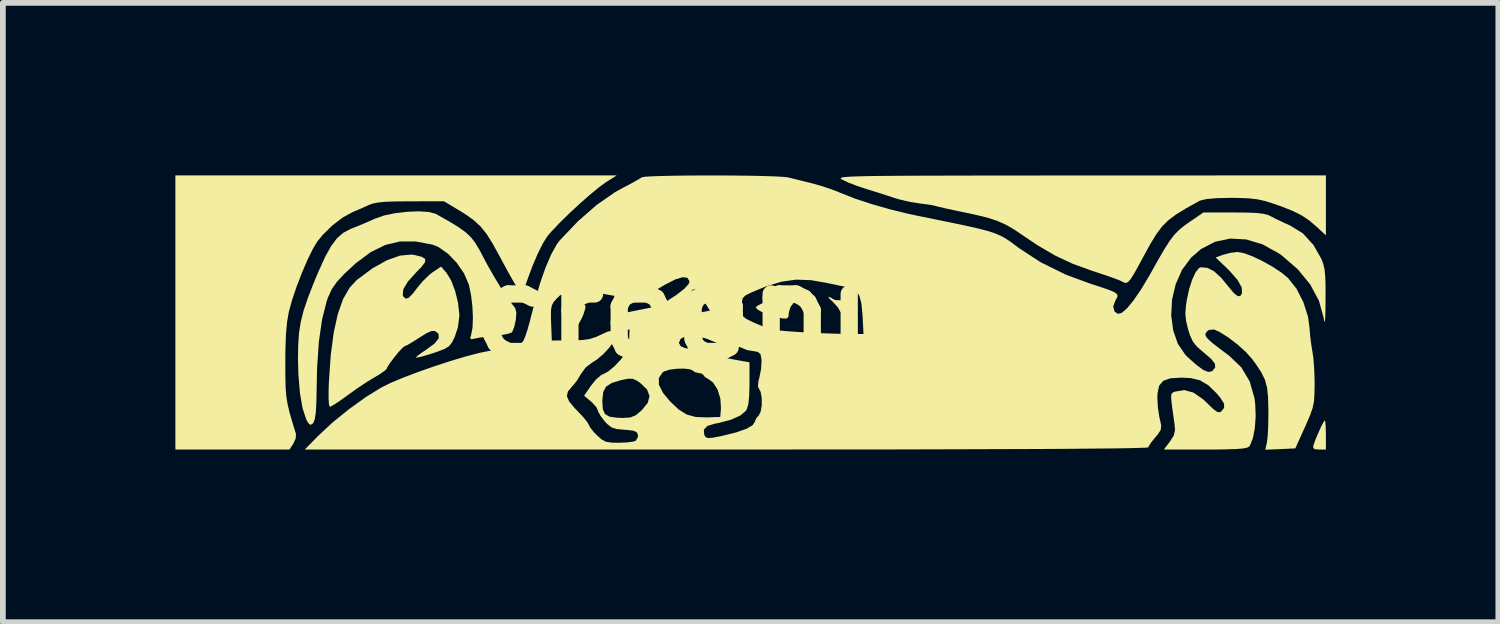
<source format=kicad_pcb>
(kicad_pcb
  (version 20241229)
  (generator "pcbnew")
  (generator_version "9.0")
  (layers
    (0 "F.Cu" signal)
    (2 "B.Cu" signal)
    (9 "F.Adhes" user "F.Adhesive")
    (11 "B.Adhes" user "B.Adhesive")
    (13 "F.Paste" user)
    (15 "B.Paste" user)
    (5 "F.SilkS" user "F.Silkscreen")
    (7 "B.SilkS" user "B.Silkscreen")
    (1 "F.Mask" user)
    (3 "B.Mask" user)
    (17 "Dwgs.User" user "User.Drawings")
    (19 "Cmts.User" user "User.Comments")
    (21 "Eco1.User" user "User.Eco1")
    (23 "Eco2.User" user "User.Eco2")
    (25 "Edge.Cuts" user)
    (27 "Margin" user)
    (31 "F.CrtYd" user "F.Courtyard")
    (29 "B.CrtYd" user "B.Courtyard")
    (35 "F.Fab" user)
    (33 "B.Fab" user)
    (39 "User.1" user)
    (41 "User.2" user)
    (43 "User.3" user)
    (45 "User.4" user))
  (footprint "creeping"
    (layer "F.Cu")
    (at 10.004 2.384)
    (property "Reference" "creeping" (at 0 0 0) (layer "F.SilkS") (effects (font (size 1.5 1.5) (thickness 0.3))))
    (attr board_only exclude_from_pos_files exclude_from_bom)
    (fp_poly (pts (xy 9.995 1.911) (xy 10.001 2.005) (xy 10.004 2.13) (xy 10.004 2.384) (xy 9.884 2.384) (xy 9.802 2.376) (xy 9.781 2.344) (xy 9.79 2.302) (xy 9.825 2.204) (xy 9.874 2.09) (xy 9.923 1.982) (xy 9.965 1.903) (xy 9.986 1.876)) (stroke (width 0) (type solid)) (fill yes) (layer "F.SilkS"))
    (fp_poly (pts (xy -2.888 -0.133) (xy -2.873 -0.119) (xy -2.876 -0.065) (xy -2.907 0.032) (xy -2.939 0.106) (xy -3.005 0.224) (xy -3.067 0.285) (xy -3.136 0.305) (xy -3.233 0.294) (xy -3.267 0.256) (xy -3.279 0.155) (xy -3.257 0.035) (xy -3.212 -0.069) (xy -3.166 -0.117) (xy -3.068 -0.148) (xy -2.964 -0.154)) (stroke (width 0) (type solid)) (fill yes) (layer "F.SilkS"))
    (fp_poly (pts (xy 1.419 -0.245) (xy 1.424 -0.238) (xy 1.475 -0.215) (xy 1.545 -0.213) (xy 1.618 -0.207) (xy 1.67 -0.154) (xy 1.703 -0.085) (xy 1.74 0.042) (xy 1.732 0.126) (xy 1.68 0.156) (xy 1.638 0.124) (xy 1.591 0.043) (xy 1.582 0.023) (xy 1.513 -0.093) (xy 1.425 -0.19) (xy 1.422 -0.192) (xy 1.364 -0.245) (xy 1.355 -0.273) (xy 1.36 -0.274)) (stroke (width 0) (type solid)) (fill yes) (layer "F.SilkS"))
    (fp_poly (pts (xy 1.02 -0.368) (xy 1.036 -0.352) (xy 1.024 -0.321) (xy 0.982 -0.313) (xy 0.875 -0.28) (xy 0.769 -0.197) (xy 0.691 -0.091) (xy 0.664 0.003) (xy 0.658 0.075) (xy 0.628 0.106) (xy 0.555 0.104) (xy 0.447 0.081) (xy 0.313 0.041) (xy 0.195 -0.008) (xy 0.114 -0.055) (xy 0.089 -0.092) (xy 0.089 -0.092) (xy 0.131 -0.125) (xy 0.225 -0.17) (xy 0.35 -0.218) (xy 0.484 -0.259) (xy 0.488 -0.26) (xy 0.579 -0.291) (xy 0.689 -0.336) (xy 0.69 -0.336) (xy 0.82 -0.378) (xy 0.938 -0.389)) (stroke (width 0) (type solid)) (fill yes) (layer "F.SilkS"))
    (fp_poly (pts (xy -2.515 -2.266) (xy -2.638 -2.177) (xy -2.797 -2.046) (xy -2.976 -1.888) (xy -3.158 -1.719) (xy -3.327 -1.553) (xy -3.466 -1.406) (xy -3.532 -1.33) (xy -3.611 -1.205) (xy -3.703 -1.021) (xy -3.801 -0.79) (xy -3.884 -0.565) (xy -3.977 -0.3) (xy -4.073 -0.453) (xy -4.133 -0.554) (xy -4.216 -0.701) (xy -4.308 -0.87) (xy -4.361 -0.969) (xy -4.485 -1.195) (xy -4.592 -1.365) (xy -4.697 -1.496) (xy -4.814 -1.604) (xy -4.957 -1.706) (xy -5.048 -1.763) (xy -5.333 -1.934) (xy -5.919 -1.933) (xy -6.166 -1.931) (xy -6.349 -1.925) (xy -6.481 -1.912) (xy -6.576 -1.893) (xy -6.643 -1.868) (xy -6.777 -1.807) (xy -6.918 -1.747) (xy -6.926 -1.743) (xy -7.095 -1.651) (xy -7.276 -1.512) (xy -7.444 -1.347) (xy -7.538 -1.231) (xy -7.617 -1.098) (xy -7.709 -0.91) (xy -7.804 -0.688) (xy -7.895 -0.452) (xy -7.973 -0.222) (xy -8.029 -0.019) (xy -8.031 -0.013) (xy -8.061 0.16) (xy -8.081 0.38) (xy -8.091 0.659) (xy -8.092 0.879) (xy -8.091 1.12) (xy -8.087 1.304) (xy -8.075 1.455) (xy -8.053 1.593) (xy -8.018 1.742) (xy -7.965 1.924) (xy -7.906 2.116) (xy -7.912 2.193) (xy -7.953 2.282) (xy -8.02 2.384) (xy -9.012 2.384) (xy -10.004 2.384) (xy -10.004 0) (xy -10.004 -2.384) (xy -6.167 -2.384) (xy -2.329 -2.384)) (stroke (width 0) (type solid)) (fill yes) (layer "F.SilkS"))
    (fp_poly (pts (xy -5.853 -1.001) (xy -5.724 -0.97) (xy -5.66 -0.932) (xy -5.661 -0.877) (xy -5.724 -0.792) (xy -5.813 -0.701) (xy -5.96 -0.538) (xy -6.04 -0.405) (xy -6.05 -0.302) (xy -6.039 -0.276) (xy -5.998 -0.239) (xy -5.946 -0.256) (xy -5.873 -0.33) (xy -5.805 -0.42) (xy -5.702 -0.544) (xy -5.586 -0.656) (xy -5.527 -0.702) (xy -5.383 -0.798) (xy -5.291 -0.691) (xy -5.209 -0.558) (xy -5.139 -0.375) (xy -5.089 -0.169) (xy -5.066 0.031) (xy -5.066 0.059) (xy -5.091 0.26) (xy -5.149 0.433) (xy -5.195 0.524) (xy -5.244 0.585) (xy -5.316 0.631) (xy -5.431 0.676) (xy -5.527 0.709) (xy -5.664 0.751) (xy -5.768 0.778) (xy -5.819 0.786) (xy -5.822 0.784) (xy -5.792 0.753) (xy -5.715 0.696) (xy -5.646 0.65) (xy -5.497 0.541) (xy -5.424 0.449) (xy -5.427 0.375) (xy -5.441 0.358) (xy -5.489 0.323) (xy -5.545 0.321) (xy -5.626 0.355) (xy -5.749 0.43) (xy -5.778 0.449) (xy -5.89 0.52) (xy -5.977 0.57) (xy -6.016 0.586) (xy -6.054 0.615) (xy -6.12 0.686) (xy -6.197 0.78) (xy -6.269 0.875) (xy -6.318 0.95) (xy -6.33 0.98) (xy -6.362 1.012) (xy -6.443 1.069) (xy -6.54 1.127) (xy -6.677 1.21) (xy -6.841 1.319) (xy -7 1.433) (xy -7.014 1.443) (xy -7.14 1.534) (xy -7.243 1.602) (xy -7.307 1.638) (xy -7.317 1.641) (xy -7.333 1.604) (xy -7.34 1.497) (xy -7.339 1.33) (xy -7.334 1.202) (xy -7.302 0.739) (xy -7.25 0.348) (xy -7.179 0.025) (xy -7.087 -0.234) (xy -6.972 -0.433) (xy -6.848 -0.566) (xy -6.579 -0.766) (xy -6.326 -0.908) (xy -6.097 -0.989) (xy -5.899 -1.007)) (stroke (width 0) (type solid)) (fill yes) (layer "F.SilkS"))
    (fp_poly (pts (xy 10.004 -1.862) (xy 10.004 -1.341) (xy 9.838 -1.495) (xy 9.712 -1.602) (xy 9.583 -1.688) (xy 9.429 -1.765) (xy 9.231 -1.844) (xy 9.098 -1.89) (xy 8.947 -1.938) (xy 8.811 -1.968) (xy 8.664 -1.985) (xy 8.481 -1.992) (xy 8.351 -1.993) (xy 8.105 -1.988) (xy 7.927 -1.972) (xy 7.82 -1.947) (xy 7.81 -1.943) (xy 7.578 -1.814) (xy 7.402 -1.707) (xy 7.267 -1.606) (xy 7.157 -1.498) (xy 7.06 -1.369) (xy 6.959 -1.205) (xy 6.855 -1.016) (xy 6.745 -0.813) (xy 6.665 -0.67) (xy 6.607 -0.578) (xy 6.563 -0.529) (xy 6.526 -0.513) (xy 6.489 -0.522) (xy 6.448 -0.544) (xy 6.389 -0.569) (xy 6.273 -0.612) (xy 6.116 -0.666) (xy 5.94 -0.724) (xy 5.6 -0.847) (xy 5.293 -0.991) (xy 4.987 -1.17) (xy 4.755 -1.326) (xy 4.587 -1.44) (xy 4.439 -1.526) (xy 4.291 -1.592) (xy 4.123 -1.647) (xy 3.912 -1.699) (xy 3.735 -1.736) (xy 3.546 -1.776) (xy 3.385 -1.811) (xy 3.269 -1.838) (xy 3.21 -1.853) (xy 3.207 -1.854) (xy 3.159 -1.866) (xy 3.056 -1.881) (xy 2.952 -1.894) (xy 2.775 -1.922) (xy 2.586 -1.966) (xy 2.503 -1.991) (xy 2.347 -2.042) (xy 2.161 -2.101) (xy 2.012 -2.147) (xy 1.853 -2.2) (xy 1.704 -2.257) (xy 1.602 -2.305) (xy 1.582 -2.317) (xy 1.568 -2.327) (xy 1.567 -2.337) (xy 1.58 -2.345) (xy 1.614 -2.352) (xy 1.671 -2.358) (xy 1.757 -2.363) (xy 1.875 -2.367) (xy 2.029 -2.371) (xy 2.224 -2.374) (xy 2.463 -2.376) (xy 2.752 -2.378) (xy 3.094 -2.379) (xy 3.493 -2.38) (xy 3.954 -2.381) (xy 4.48 -2.381) (xy 5.076 -2.382) (xy 5.735 -2.382) (xy 10.004 -2.384)) (stroke (width 0) (type solid)) (fill yes) (layer "F.SilkS"))
    (fp_poly (pts (xy -5.602 -1.748) (xy -5.481 -1.717) (xy -5.471 -1.712) (xy -5.246 -1.585) (xy -5.078 -1.482) (xy -4.953 -1.392) (xy -4.859 -1.302) (xy -4.783 -1.201) (xy -4.71 -1.078) (xy -4.668 -0.997) (xy -4.571 -0.815) (xy -4.462 -0.625) (xy -4.353 -0.443) (xy -4.253 -0.288) (xy -4.174 -0.178) (xy -4.152 -0.151) (xy -4.094 -0.074) (xy -4.074 0.004) (xy -4.083 0.121) (xy -4.085 0.131) (xy -4.11 0.247) (xy -4.143 0.33) (xy -4.157 0.348) (xy -4.218 0.371) (xy -4.33 0.392) (xy -4.436 0.404) (xy -4.584 0.419) (xy -4.718 0.438) (xy -4.781 0.451) (xy -4.858 0.466) (xy -4.877 0.443) (xy -4.86 0.386) (xy -4.836 0.263) (xy -4.83 0.089) (xy -4.839 -0.11) (xy -4.863 -0.308) (xy -4.9 -0.481) (xy -4.901 -0.485) (xy -4.984 -0.679) (xy -5.112 -0.865) (xy -5.266 -1.024) (xy -5.429 -1.138) (xy -5.529 -1.179) (xy -5.827 -1.235) (xy -6.098 -1.235) (xy -6.355 -1.174) (xy -6.607 -1.049) (xy -6.867 -0.856) (xy -7.062 -0.675) (xy -7.196 -0.532) (xy -7.285 -0.404) (xy -7.351 -0.26) (xy -7.373 -0.195) (xy -7.453 0.121) (xy -7.509 0.51) (xy -7.54 0.974) (xy -7.547 1.309) (xy -7.552 1.559) (xy -7.562 1.74) (xy -7.581 1.86) (xy -7.609 1.928) (xy -7.649 1.953) (xy -7.658 1.954) (xy -7.693 1.923) (xy -7.727 1.864) (xy -7.792 1.666) (xy -7.838 1.4) (xy -7.865 1.076) (xy -7.872 0.801) (xy -7.868 0.563) (xy -7.854 0.358) (xy -7.824 0.166) (xy -7.775 -0.03) (xy -7.702 -0.247) (xy -7.602 -0.505) (xy -7.517 -0.708) (xy -7.402 -0.962) (xy -7.298 -1.151) (xy -7.195 -1.289) (xy -7.085 -1.385) (xy -6.958 -1.453) (xy -6.929 -1.464) (xy -6.781 -1.523) (xy -6.613 -1.595) (xy -6.528 -1.633) (xy -6.373 -1.687) (xy -6.182 -1.727) (xy -5.974 -1.751) (xy -5.774 -1.759)) (stroke (width 0) (type solid)) (fill yes) (layer "F.SilkS"))
    (fp_poly (pts (xy -0.56 -2.383) (xy -0.286 -2.381) (xy -0.026 -2.378) (xy 0.209 -2.373) (xy 0.408 -2.367) (xy 0.558 -2.359) (xy 0.649 -2.35) (xy 0.66 -2.347) (xy 0.771 -2.319) (xy 0.925 -2.281) (xy 1.075 -2.244) (xy 1.26 -2.191) (xy 1.459 -2.122) (xy 1.59 -2.069) (xy 1.82 -1.978) (xy 2.106 -1.884) (xy 2.426 -1.793) (xy 2.757 -1.712) (xy 2.911 -1.68) (xy 3.272 -1.606) (xy 3.566 -1.546) (xy 3.801 -1.496) (xy 3.987 -1.453) (xy 4.134 -1.414) (xy 4.249 -1.376) (xy 4.344 -1.336) (xy 4.426 -1.292) (xy 4.504 -1.24) (xy 4.589 -1.178) (xy 4.668 -1.119) (xy 5.044 -0.873) (xy 5.474 -0.661) (xy 5.877 -0.511) (xy 6.089 -0.442) (xy 6.235 -0.392) (xy 6.327 -0.352) (xy 6.372 -0.318) (xy 6.381 -0.283) (xy 6.363 -0.241) (xy 6.346 -0.214) (xy 6.305 -0.105) (xy 6.328 -0.018) (xy 6.385 0.024) (xy 6.452 0.009) (xy 6.545 -0.071) (xy 6.659 -0.21) (xy 6.79 -0.401) (xy 6.932 -0.638) (xy 6.964 -0.695) (xy 7.097 -0.932) (xy 7.202 -1.112) (xy 7.289 -1.248) (xy 7.367 -1.35) (xy 7.446 -1.431) (xy 7.533 -1.503) (xy 7.629 -1.571) (xy 7.874 -1.739) (xy 8.402 -1.739) (xy 8.632 -1.737) (xy 8.798 -1.73) (xy 8.916 -1.716) (xy 8.999 -1.695) (xy 9.046 -1.673) (xy 9.149 -1.62) (xy 9.286 -1.555) (xy 9.38 -1.513) (xy 9.604 -1.375) (xy 9.789 -1.172) (xy 9.925 -0.932) (xy 9.957 -0.849) (xy 9.979 -0.758) (xy 9.992 -0.642) (xy 9.998 -0.484) (xy 9.998 -0.266) (xy 9.998 -0.234) (xy 9.996 -0.031) (xy 9.992 0.098) (xy 9.986 0.16) (xy 9.977 0.157) (xy 9.965 0.096) (xy 9.964 0.087) (xy 9.883 -0.204) (xy 9.732 -0.486) (xy 9.515 -0.751) (xy 9.24 -0.989) (xy 9.187 -1.027) (xy 8.904 -1.184) (xy 8.619 -1.27) (xy 8.34 -1.285) (xy 8.075 -1.229) (xy 7.832 -1.103) (xy 7.66 -0.954) (xy 7.502 -0.741) (xy 7.392 -0.492) (xy 7.329 -0.224) (xy 7.314 0.048) (xy 7.348 0.31) (xy 7.43 0.546) (xy 7.563 0.74) (xy 7.595 0.772) (xy 7.755 0.914) (xy 7.873 1) (xy 7.959 1.035) (xy 8.02 1.023) (xy 8.031 1.016) (xy 8.079 0.956) (xy 8.074 0.891) (xy 8.012 0.81) (xy 7.887 0.702) (xy 7.884 0.7) (xy 7.764 0.597) (xy 7.689 0.504) (xy 7.638 0.389) (xy 7.609 0.298) (xy 7.573 0.151) (xy 7.56 0.028) (xy 7.569 -0.109) (xy 7.585 -0.215) (xy 7.625 -0.403) (xy 7.678 -0.569) (xy 7.738 -0.698) (xy 7.797 -0.773) (xy 7.826 -0.786) (xy 7.943 -0.776) (xy 8.059 -0.717) (xy 8.185 -0.601) (xy 8.308 -0.451) (xy 8.405 -0.335) (xy 8.473 -0.282) (xy 8.519 -0.29) (xy 8.545 -0.335) (xy 8.541 -0.433) (xy 8.469 -0.563) (xy 8.331 -0.722) (xy 8.273 -0.779) (xy 8.087 -0.956) (xy 8.215 -1.003) (xy 8.345 -1.037) (xy 8.468 -1.052) (xy 8.577 -1.032) (xy 8.729 -0.976) (xy 8.902 -0.893) (xy 9.078 -0.795) (xy 9.234 -0.692) (xy 9.346 -0.599) (xy 9.493 -0.413) (xy 9.613 -0.178) (xy 9.693 0.075) (xy 9.718 0.254) (xy 9.732 0.423) (xy 9.755 0.595) (xy 9.769 0.676) (xy 9.787 0.801) (xy 9.8 0.974) (xy 9.807 1.165) (xy 9.808 1.243) (xy 9.805 1.419) (xy 9.796 1.551) (xy 9.772 1.665) (xy 9.728 1.789) (xy 9.659 1.95) (xy 9.64 1.993) (xy 9.472 2.364) (xy 9.211 2.376) (xy 8.95 2.387) (xy 8.979 2.258) (xy 8.99 2.166) (xy 8.999 2.018) (xy 9.003 1.838) (xy 9.004 1.7) (xy 8.998 1.477) (xy 8.981 1.309) (xy 8.944 1.171) (xy 8.881 1.041) (xy 8.783 0.894) (xy 8.719 0.807) (xy 8.61 0.685) (xy 8.464 0.554) (xy 8.305 0.433) (xy 8.155 0.339) (xy 8.058 0.296) (xy 7.969 0.304) (xy 7.929 0.337) (xy 7.909 0.371) (xy 7.913 0.409) (xy 7.95 0.459) (xy 8.027 0.528) (xy 8.153 0.626) (xy 8.323 0.753) (xy 8.533 0.954) (xy 8.679 1.2) (xy 8.762 1.491) (xy 8.775 1.592) (xy 8.783 1.807) (xy 8.768 2.013) (xy 8.734 2.188) (xy 8.684 2.312) (xy 8.669 2.332) (xy 8.634 2.351) (xy 8.559 2.366) (xy 8.434 2.375) (xy 8.253 2.381) (xy 8.005 2.384) (xy 7.906 2.384) (xy 7.186 2.384) (xy 7.291 2.246) (xy 7.358 2.142) (xy 7.38 2.046) (xy 7.372 1.944) (xy 7.342 1.731) (xy 7.322 1.583) (xy 7.313 1.487) (xy 7.315 1.431) (xy 7.329 1.402) (xy 7.354 1.387) (xy 7.383 1.376) (xy 7.543 1.35) (xy 7.702 1.394) (xy 7.869 1.51) (xy 7.935 1.573) (xy 8.04 1.675) (xy 8.109 1.727) (xy 8.156 1.736) (xy 8.186 1.72) (xy 8.235 1.658) (xy 8.232 1.585) (xy 8.173 1.489) (xy 8.102 1.404) (xy 7.957 1.264) (xy 7.817 1.181) (xy 7.653 1.141) (xy 7.485 1.133) (xy 7.298 1.145) (xy 7.176 1.188) (xy 7.105 1.271) (xy 7.076 1.405) (xy 7.073 1.487) (xy 7.082 1.648) (xy 7.106 1.811) (xy 7.117 1.858) (xy 7.14 1.967) (xy 7.132 2.041) (xy 7.085 2.115) (xy 7.038 2.17) (xy 6.966 2.259) (xy 6.922 2.328) (xy 6.917 2.346) (xy 6.878 2.351) (xy 6.762 2.355) (xy 6.571 2.36) (xy 6.305 2.364) (xy 5.966 2.367) (xy 5.555 2.371) (xy 5.074 2.374) (xy 4.523 2.376) (xy 3.904 2.378) (xy 3.218 2.38) (xy 2.467 2.382) (xy 1.652 2.383) (xy 0.773 2.383) (xy -0.168 2.384) (xy -0.419 2.384) (xy -7.754 2.384) (xy -7.521 2.146) (xy -7.275 1.917) (xy -6.989 1.685) (xy -6.693 1.472) (xy -6.426 1.307) (xy -6.261 1.225) (xy -6.039 1.132) (xy -5.779 1.034) (xy -5.498 0.935) (xy -5.215 0.843) (xy -4.947 0.763) (xy -4.713 0.702) (xy -4.53 0.665) (xy -4.513 0.663) (xy -4.347 0.638) (xy -4.195 0.61) (xy -4.086 0.585) (xy -4.076 0.582) (xy -4.027 0.564) (xy -3.988 0.538) (xy -3.953 0.493) (xy -3.92 0.418) (xy -3.882 0.304) (xy -3.836 0.139) (xy -3.824 0.089) (xy -3.473 0.089) (xy -3.47 0.18) (xy -3.458 0.488) (xy -3.126 0.486) (xy -2.936 0.48) (xy -2.798 0.461) (xy -2.686 0.425) (xy -2.629 0.398) (xy -2.487 0.333) (xy -2.398 0.317) (xy -2.353 0.349) (xy -2.345 0.404) (xy -2.374 0.492) (xy -2.451 0.604) (xy -2.557 0.72) (xy -2.676 0.821) (xy -2.763 0.876) (xy -2.867 0.955) (xy -2.947 1.063) (xy -2.951 1.07) (xy -3.022 1.188) (xy -3.106 1.289) (xy -3.109 1.292) (xy -3.178 1.374) (xy -3.196 1.454) (xy -3.157 1.546) (xy -3.06 1.663) (xy -3.009 1.716) (xy -2.912 1.818) (xy -2.842 1.904) (xy -2.814 1.954) (xy -2.814 1.955) (xy -2.787 2.006) (xy -2.721 2.087) (xy -2.676 2.133) (xy -2.592 2.208) (xy -2.517 2.248) (xy -2.421 2.263) (xy -2.295 2.266) (xy -2.158 2.26) (xy -2.049 2.247) (xy -1.999 2.232) (xy -1.961 2.17) (xy -1.96 2.125) (xy -1.983 2.081) (xy -2.042 2.056) (xy -2.157 2.042) (xy -2.196 2.04) (xy -2.331 2.027) (xy -2.42 1.998) (xy -2.495 1.939) (xy -2.538 1.892) (xy -2.61 1.799) (xy -2.652 1.723) (xy -2.657 1.702) (xy -2.685 1.644) (xy -2.754 1.568) (xy -2.773 1.551) (xy -2.579 1.551) (xy -2.57 1.683) (xy -2.533 1.766) (xy -2.455 1.812) (xy -2.321 1.831) (xy -2.22 1.834) (xy -2.094 1.826) (xy -2 1.789) (xy -1.898 1.705) (xy -1.791 1.575) (xy -1.758 1.455) (xy -1.802 1.339) (xy -1.923 1.223) (xy -1.975 1.188) (xy -2.044 1.155) (xy -2.126 1.151) (xy -2.251 1.176) (xy -2.252 1.176) (xy -2.415 1.226) (xy -2.514 1.289) (xy -2.563 1.382) (xy -2.579 1.522) (xy -2.579 1.551) (xy -2.773 1.551) (xy -2.777 1.548) (xy -2.896 1.447) (xy -2.775 1.271) (xy -2.69 1.167) (xy -2.659 1.14) (xy -1.597 1.14) (xy -1.595 1.258) (xy -1.524 1.398) (xy -1.401 1.546) (xy -1.249 1.69) (xy -1.109 1.776) (xy -0.954 1.818) (xy -0.757 1.825) (xy -0.742 1.824) (xy -0.528 1.817) (xy -0.516 1.66) (xy -0.527 1.495) (xy -0.576 1.339) (xy -0.654 1.218) (xy -0.724 1.165) (xy -0.795 1.122) (xy -0.821 1.088) (xy -0.853 1.061) (xy -0.896 1.055) (xy -0.971 1.037) (xy -0.996 1.016) (xy -1.053 0.988) (xy -1.159 0.976) (xy -1.288 0.979) (xy -1.413 0.996) (xy -1.507 1.026) (xy -1.531 1.042) (xy -1.597 1.14) (xy -2.659 1.14) (xy -2.604 1.092) (xy -2.561 1.071) (xy -2.476 1.026) (xy -2.369 0.936) (xy -2.262 0.824) (xy -2.175 0.709) (xy -2.155 0.674) (xy -2.128 0.586) (xy -2.121 0.528) (xy -1.248 0.528) (xy -1.214 0.589) (xy -1.13 0.623) (xy -1.094 0.625) (xy -0.975 0.641) (xy -0.846 0.679) (xy -0.833 0.684) (xy -0.737 0.719) (xy -0.613 0.753) (xy -0.446 0.789) (xy -0.22 0.831) (xy -0.137 0.846) (xy -0.02 0.866) (xy -0.02 1.244) (xy -0.025 1.448) (xy -0.039 1.588) (xy -0.065 1.679) (xy -0.082 1.709) (xy -0.18 1.793) (xy -0.344 1.866) (xy -0.561 1.923) (xy -0.619 1.933) (xy -0.752 1.973) (xy -0.814 2.038) (xy -0.806 2.13) (xy -0.783 2.168) (xy -0.738 2.184) (xy -0.654 2.177) (xy -0.513 2.15) (xy -0.508 2.149) (xy -0.253 2.086) (xy -0.073 2.023) (xy 0.036 1.959) (xy 0.078 1.892) (xy 0.078 1.883) (xy 0.105 1.83) (xy 0.137 1.798) (xy 0.174 1.727) (xy 0.193 1.613) (xy 0.193 1.487) (xy 0.174 1.381) (xy 0.151 1.339) (xy 0.127 1.286) (xy 0.136 1.193) (xy 0.154 1.123) (xy 0.181 0.983) (xy 0.19 0.847) (xy 0.189 0.818) (xy 0.172 0.727) (xy 0.127 0.686) (xy 0.039 0.671) (xy -0.064 0.653) (xy -0.131 0.626) (xy -0.135 0.622) (xy -0.194 0.6) (xy -0.299 0.587) (xy -0.339 0.586) (xy -0.515 0.559) (xy -0.653 0.502) (xy -0.779 0.451) (xy -0.926 0.422) (xy -1.068 0.416) (xy -1.178 0.436) (xy -1.217 0.459) (xy -1.248 0.528) (xy -2.121 0.528) (xy -2.112 0.459) (xy -2.11 0.399) (xy -2.106 0.298) (xy -2.087 0.221) (xy -2.041 0.156) (xy -1.957 0.09) (xy -1.822 0.01) (xy -1.7 -0.057) (xy -1.475 -0.185) (xy -1.292 -0.304) (xy -1.256 -0.332) (xy -1.044 -0.332) (xy -1.044 -0.227) (xy -1.016 -0.103) (xy -0.967 0.016) (xy -0.909 0.097) (xy -0.807 0.171) (xy -0.715 0.193) (xy -0.651 0.159) (xy -0.64 0.139) (xy -0.649 0.075) (xy -0.696 -0.017) (xy -0.719 -0.051) (xy -0.748 -0.096) (xy -0.156 -0.096) (xy -0.153 0.004) (xy -0.132 0.066) (xy -0.076 0.112) (xy 0.033 0.165) (xy 0.049 0.173) (xy 0.186 0.231) (xy 0.313 0.278) (xy 0.371 0.295) (xy 0.462 0.309) (xy 0.614 0.324) (xy 0.81 0.338) (xy 1.033 0.351) (xy 1.266 0.362) (xy 1.492 0.37) (xy 1.693 0.374) (xy 1.695 0.374) (xy 1.963 0.375) (xy 1.946 0.052) (xy 1.927 -0.151) (xy 1.891 -0.29) (xy 1.83 -0.378) (xy 1.737 -0.427) (xy 1.668 -0.443) (xy 1.554 -0.465) (xy 1.409 -0.496) (xy 1.348 -0.509) (xy 1.056 -0.561) (xy 0.792 -0.571) (xy 0.534 -0.535) (xy 0.26 -0.451) (xy 0.01 -0.347) (xy -0.092 -0.296) (xy -0.14 -0.245) (xy -0.155 -0.165) (xy -0.156 -0.096) (xy -0.748 -0.096) (xy -0.783 -0.153) (xy -0.818 -0.246) (xy -0.821 -0.266) (xy -0.85 -0.348) (xy -0.92 -0.399) (xy -0.999 -0.4) (xy -1.012 -0.394) (xy -1.044 -0.332) (xy -1.256 -0.332) (xy -1.157 -0.409) (xy -1.079 -0.493) (xy -1.063 -0.542) (xy -1.1 -0.603) (xy -1.181 -0.614) (xy -1.309 -0.575) (xy -1.488 -0.484) (xy -1.611 -0.411) (xy -1.969 -0.191) (xy -2.267 -0.271) (xy -2.65 -0.339) (xy -2.916 -0.352) (xy -3.085 -0.35) (xy -3.196 -0.343) (xy -3.269 -0.324) (xy -3.324 -0.29) (xy -3.375 -0.24) (xy -3.428 -0.179) (xy -3.459 -0.118) (xy -3.472 -0.036) (xy -3.473 0.089) (xy -3.824 0.089) (xy -3.778 -0.086) (xy -3.751 -0.195) (xy -3.664 -0.501) (xy -3.568 -0.778) (xy -3.468 -1.011) (xy -3.37 -1.187) (xy -3.322 -1.251) (xy -3.003 -1.586) (xy -2.678 -1.87) (xy -2.358 -2.092) (xy -2.226 -2.165) (xy -2.087 -2.238) (xy -1.974 -2.301) (xy -1.906 -2.342) (xy -1.897 -2.349) (xy -1.849 -2.359) (xy -1.734 -2.367) (xy -1.563 -2.373) (xy -1.349 -2.378) (xy -1.103 -2.381) (xy -0.836 -2.383)) (stroke (width 0) (type solid)) (fill yes) (layer "F.SilkS")))
  (gr_rect
    (start -3 -3)
    (end 23.007 7.771)
    (stroke (width 0.1) (type default))
    (fill no)
    (layer "Edge.Cuts")))
</source>
